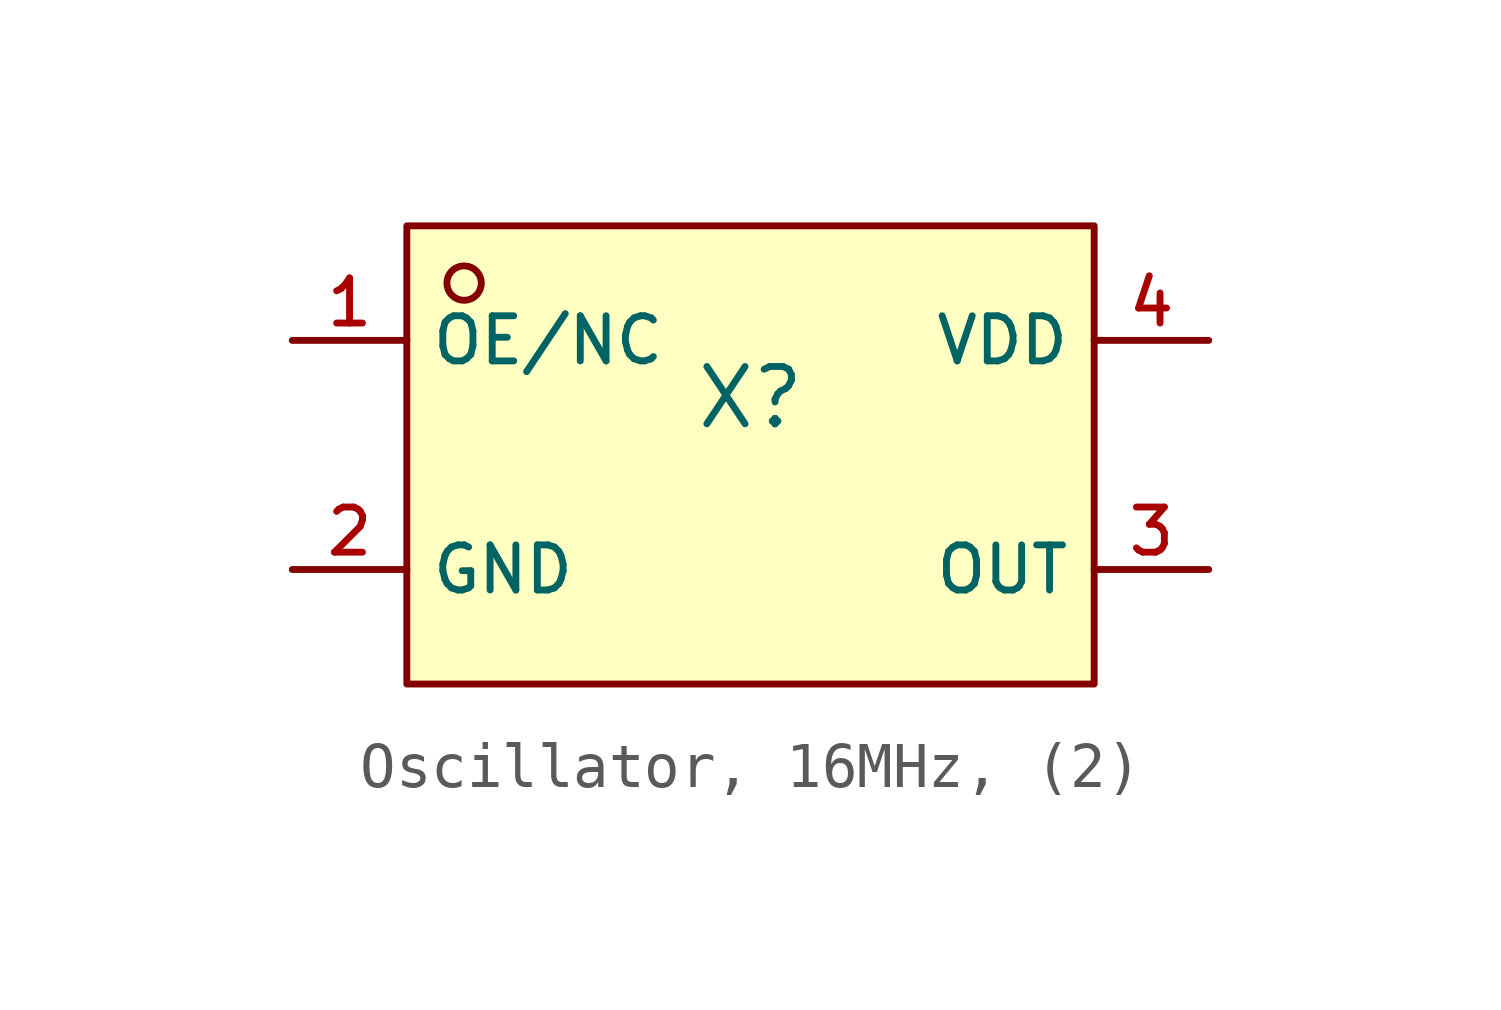
<source format=kicad_sym>
(kicad_symbol_lib
  (version 20231120)
  (generator "CDFER_Archive_Tool")
  (generator_version "0.0")
  (symbol "Oscillator, 16MHz, (2)"
    (property "Reference" "X"
      (at 0 1.27 0)
      (effects (font (size 1.27 1.27))))
    (symbol "Oscillator, 16MHz, (2)_0_1"
      (rectangle (start -7.62 5.08) (end 7.62 -5.08) (stroke (width 0) (type default)) (fill (type background)))
      (circle (center -6.35 3.81) (radius 0.381) (stroke (width 0) (type default)) (fill (type background)))
      (pin unspecified line (at -10.16 2.54 0) (length 2.54) (name "OE/NC" (effects (font (size 1 1)))) (number "1" (effects (font (size 1 1)))))
      (pin unspecified line (at -10.16 -2.54 0) (length 2.54) (name "GND" (effects (font (size 1 1)))) (number "2" (effects (font (size 1 1)))))
      (pin unspecified line (at 10.16 -2.54 180) (length 2.54) (name "OUT" (effects (font (size 1 1)))) (number "3" (effects (font (size 1 1)))))
      (pin unspecified line (at 10.16 2.54 180) (length 2.54) (name "VDD" (effects (font (size 1 1)))) (number "4" (effects (font (size 1 1))))))))
</source>
